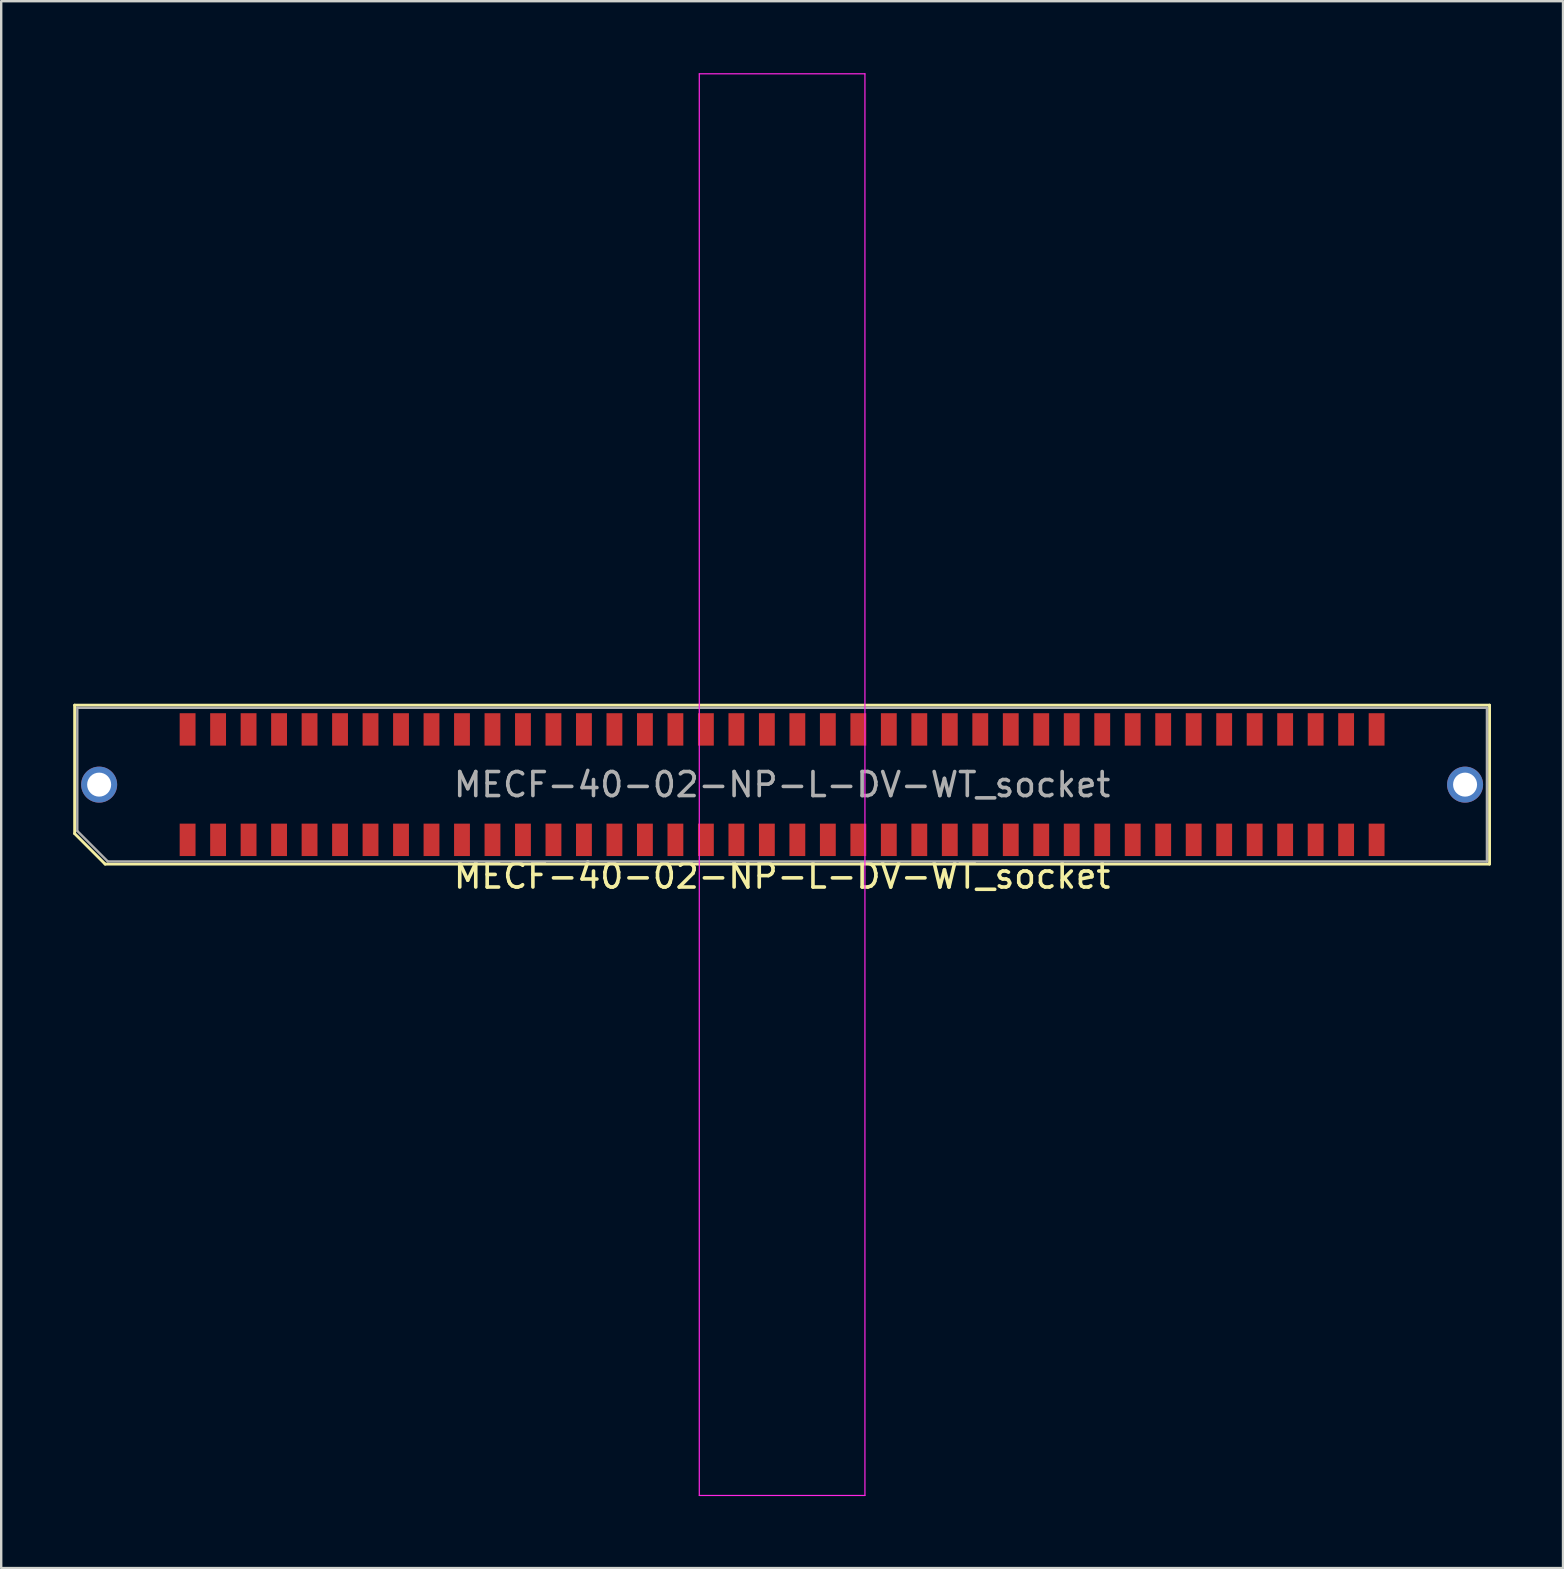
<source format=kicad_pcb>
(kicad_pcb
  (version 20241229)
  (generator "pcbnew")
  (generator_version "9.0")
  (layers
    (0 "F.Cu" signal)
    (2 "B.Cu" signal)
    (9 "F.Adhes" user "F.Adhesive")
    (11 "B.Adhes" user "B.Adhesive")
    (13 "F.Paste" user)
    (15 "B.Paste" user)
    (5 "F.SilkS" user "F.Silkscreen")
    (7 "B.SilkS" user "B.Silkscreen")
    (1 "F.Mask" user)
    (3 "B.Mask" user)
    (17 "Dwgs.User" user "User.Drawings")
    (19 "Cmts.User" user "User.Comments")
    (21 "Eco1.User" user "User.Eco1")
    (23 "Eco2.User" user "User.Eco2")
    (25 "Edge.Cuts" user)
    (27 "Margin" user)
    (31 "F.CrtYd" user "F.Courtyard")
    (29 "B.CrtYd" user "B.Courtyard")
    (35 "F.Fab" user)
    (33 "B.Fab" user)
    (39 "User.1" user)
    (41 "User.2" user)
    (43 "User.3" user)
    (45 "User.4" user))
  (footprint "MECF-40-02-NP-L-DV-WT_socket"
    (layer "F.Cu")
    (at 29.53 29.635)
    (property "Reference" "MECF-40-02-NP-L-DV-WT_socket" (at 0 3.81 0) (layer "F.SilkS") (effects (font (size 1 1) (thickness 0.15))))
    (attr smd)
    (fp_line (start -29.47 -3.31) (end 29.47 -3.31) (stroke (width 0.12) (type solid)) (layer "F.SilkS"))
    (fp_line (start -29.47 2.04) (end -29.47 -3.31) (stroke (width 0.12) (type solid)) (layer "F.SilkS"))
    (fp_line (start -28.2 3.31) (end -29.47 2.04) (stroke (width 0.12) (type solid)) (layer "F.SilkS"))
    (fp_line (start -28.2 3.31) (end 29.47 3.31) (stroke (width 0.12) (type solid)) (layer "F.SilkS"))
    (fp_line (start 29.47 3.31) (end 29.47 -3.31) (stroke (width 0.12) (type solid)) (layer "F.SilkS"))
    (fp_line (start -3.45 -29.61) (end -3.45 29.61) (stroke (width 0.05) (type solid)) (layer "F.CrtYd"))
    (fp_line (start -3.45 29.61) (end 3.45 29.61) (stroke (width 0.05) (type solid)) (layer "F.CrtYd"))
    (fp_line (start 3.45 -29.61) (end -3.45 -29.61) (stroke (width 0.05) (type solid)) (layer "F.CrtYd"))
    (fp_line (start 3.45 29.61) (end 3.45 -29.61) (stroke (width 0.05) (type solid)) (layer "F.CrtYd"))
    (fp_line (start -29.36 -3.2) (end 29.36 -3.2) (stroke (width 0.1) (type solid)) (layer "F.Fab"))
    (fp_line (start -29.36 1.93) (end -29.36 -3.2) (stroke (width 0.1) (type solid)) (layer "F.Fab"))
    (fp_line (start -29.36 1.93) (end -28.09 3.2) (stroke (width 0.1) (type solid)) (layer "F.Fab"))
    (fp_line (start -28.09 3.2) (end 29.36 3.2) (stroke (width 0.1) (type solid)) (layer "F.Fab"))
    (fp_line (start 29.36 3.2) (end 29.36 -3.2) (stroke (width 0.1) (type solid)) (layer "F.Fab"))
    (fp_text user "${REFERENCE}" (at 0 0 0) (layer "F.Fab") (effects (font (size 1 1) (thickness 0.15))))
    (pad "" np_thru_hole circle (at -26.545 0) (size 0.001 0.001) (drill 1.45) (layers "*.Cu" "*.Mask"))
    (pad "" np_thru_hole circle (at 26.545 1) (size 0.001 0.001) (drill 1.45) (layers "*.Cu" "*.Mask"))
    (pad "1" smd rect (at -24.765 2.3) (size 0.66 1.35) (layers "F.Cu" "F.Mask" "F.Paste"))
    (pad "2" smd rect (at -24.765 -2.3) (size 0.66 1.35) (layers "F.Cu" "F.Mask" "F.Paste"))
    (pad "3" smd rect (at -23.495 2.3) (size 0.66 1.35) (layers "F.Cu" "F.Mask" "F.Paste"))
    (pad "4" smd rect (at -23.495 -2.3) (size 0.66 1.35) (layers "F.Cu" "F.Mask" "F.Paste"))
    (pad "5" smd rect (at -22.225 2.3) (size 0.66 1.35) (layers "F.Cu" "F.Mask" "F.Paste"))
    (pad "6" smd rect (at -22.225 -2.3) (size 0.66 1.35) (layers "F.Cu" "F.Mask" "F.Paste"))
    (pad "7" smd rect (at -20.955 2.3) (size 0.66 1.35) (layers "F.Cu" "F.Mask" "F.Paste"))
    (pad "8" smd rect (at -20.955 -2.3) (size 0.66 1.35) (layers "F.Cu" "F.Mask" "F.Paste"))
    (pad "9" smd rect (at -19.685 2.3) (size 0.66 1.35) (layers "F.Cu" "F.Mask" "F.Paste"))
    (pad "10" smd rect (at -19.685 -2.3) (size 0.66 1.35) (layers "F.Cu" "F.Mask" "F.Paste"))
    (pad "11" smd rect (at -18.415 2.3) (size 0.66 1.35) (layers "F.Cu" "F.Mask" "F.Paste"))
    (pad "12" smd rect (at -18.415 -2.3) (size 0.66 1.35) (layers "F.Cu" "F.Mask" "F.Paste"))
    (pad "13" smd rect (at -17.145 2.3) (size 0.66 1.35) (layers "F.Cu" "F.Mask" "F.Paste"))
    (pad "14" smd rect (at -17.145 -2.3) (size 0.66 1.35) (layers "F.Cu" "F.Mask" "F.Paste"))
    (pad "15" smd rect (at -15.875 2.3) (size 0.66 1.35) (layers "F.Cu" "F.Mask" "F.Paste"))
    (pad "16" smd rect (at -15.875 -2.3) (size 0.66 1.35) (layers "F.Cu" "F.Mask" "F.Paste"))
    (pad "17" smd rect (at -14.605 2.3) (size 0.66 1.35) (layers "F.Cu" "F.Mask" "F.Paste"))
    (pad "18" smd rect (at -14.605 -2.3) (size 0.66 1.35) (layers "F.Cu" "F.Mask" "F.Paste"))
    (pad "19" smd rect (at -13.335 2.3) (size 0.66 1.35) (layers "F.Cu" "F.Mask" "F.Paste"))
    (pad "20" smd rect (at -13.335 -2.3) (size 0.66 1.35) (layers "F.Cu" "F.Mask" "F.Paste"))
    (pad "21" smd rect (at -12.065 2.3) (size 0.66 1.35) (layers "F.Cu" "F.Mask" "F.Paste"))
    (pad "22" smd rect (at -12.065 -2.3) (size 0.66 1.35) (layers "F.Cu" "F.Mask" "F.Paste"))
    (pad "23" smd rect (at -10.795 2.3) (size 0.66 1.35) (layers "F.Cu" "F.Mask" "F.Paste"))
    (pad "24" smd rect (at -10.795 -2.3) (size 0.66 1.35) (layers "F.Cu" "F.Mask" "F.Paste"))
    (pad "25" smd rect (at -9.525 2.3) (size 0.66 1.35) (layers "F.Cu" "F.Mask" "F.Paste"))
    (pad "26" smd rect (at -9.525 -2.3) (size 0.66 1.35) (layers "F.Cu" "F.Mask" "F.Paste"))
    (pad "27" smd rect (at -8.255 2.3) (size 0.66 1.35) (layers "F.Cu" "F.Mask" "F.Paste"))
    (pad "28" smd rect (at -8.255 -2.3) (size 0.66 1.35) (layers "F.Cu" "F.Mask" "F.Paste"))
    (pad "29" smd rect (at -6.985 2.3) (size 0.66 1.35) (layers "F.Cu" "F.Mask" "F.Paste"))
    (pad "30" smd rect (at -6.985 -2.3) (size 0.66 1.35) (layers "F.Cu" "F.Mask" "F.Paste"))
    (pad "31" smd rect (at -5.715 2.3) (size 0.66 1.35) (layers "F.Cu" "F.Mask" "F.Paste"))
    (pad "32" smd rect (at -5.715 -2.3) (size 0.66 1.35) (layers "F.Cu" "F.Mask" "F.Paste"))
    (pad "33" smd rect (at -4.445 2.3) (size 0.66 1.35) (layers "F.Cu" "F.Mask" "F.Paste"))
    (pad "34" smd rect (at -4.445 -2.3) (size 0.66 1.35) (layers "F.Cu" "F.Mask" "F.Paste"))
    (pad "35" smd rect (at -3.175 2.3) (size 0.66 1.35) (layers "F.Cu" "F.Mask" "F.Paste"))
    (pad "36" smd rect (at -3.175 -2.3) (size 0.66 1.35) (layers "F.Cu" "F.Mask" "F.Paste"))
    (pad "37" smd rect (at -1.905 2.3) (size 0.66 1.35) (layers "F.Cu" "F.Mask" "F.Paste"))
    (pad "38" smd rect (at -1.905 -2.3) (size 0.66 1.35) (layers "F.Cu" "F.Mask" "F.Paste"))
    (pad "39" smd rect (at -0.635 2.3) (size 0.66 1.35) (layers "F.Cu" "F.Mask" "F.Paste"))
    (pad "40" smd rect (at -0.635 -2.3) (size 0.66 1.35) (layers "F.Cu" "F.Mask" "F.Paste"))
    (pad "41" smd rect (at 0.635 2.3) (size 0.66 1.35) (layers "F.Cu" "F.Mask" "F.Paste"))
    (pad "42" smd rect (at 0.635 -2.3) (size 0.66 1.35) (layers "F.Cu" "F.Mask" "F.Paste"))
    (pad "43" smd rect (at 1.905 2.3) (size 0.66 1.35) (layers "F.Cu" "F.Mask" "F.Paste"))
    (pad "44" smd rect (at 1.905 -2.3) (size 0.66 1.35) (layers "F.Cu" "F.Mask" "F.Paste"))
    (pad "45" smd rect (at 3.175 2.3) (size 0.66 1.35) (layers "F.Cu" "F.Mask" "F.Paste"))
    (pad "46" smd rect (at 3.175 -2.3) (size 0.66 1.35) (layers "F.Cu" "F.Mask" "F.Paste"))
    (pad "47" smd rect (at 4.445 2.3) (size 0.66 1.35) (layers "F.Cu" "F.Mask" "F.Paste"))
    (pad "48" smd rect (at 4.445 -2.3) (size 0.66 1.35) (layers "F.Cu" "F.Mask" "F.Paste"))
    (pad "49" smd rect (at 5.715 2.3) (size 0.66 1.35) (layers "F.Cu" "F.Mask" "F.Paste"))
    (pad "50" smd rect (at 5.715 -2.3) (size 0.66 1.35) (layers "F.Cu" "F.Mask" "F.Paste"))
    (pad "51" smd rect (at 6.985 2.3) (size 0.66 1.35) (layers "F.Cu" "F.Mask" "F.Paste"))
    (pad "52" smd rect (at 6.985 -2.3) (size 0.66 1.35) (layers "F.Cu" "F.Mask" "F.Paste"))
    (pad "53" smd rect (at 8.255 2.3) (size 0.66 1.35) (layers "F.Cu" "F.Mask" "F.Paste"))
    (pad "54" smd rect (at 8.255 -2.3) (size 0.66 1.35) (layers "F.Cu" "F.Mask" "F.Paste"))
    (pad "55" smd rect (at 9.525 2.3) (size 0.66 1.35) (layers "F.Cu" "F.Mask" "F.Paste"))
    (pad "56" smd rect (at 9.525 -2.3) (size 0.66 1.35) (layers "F.Cu" "F.Mask" "F.Paste"))
    (pad "57" smd rect (at 10.795 2.3) (size 0.66 1.35) (layers "F.Cu" "F.Mask" "F.Paste"))
    (pad "58" smd rect (at 10.795 -2.3) (size 0.66 1.35) (layers "F.Cu" "F.Mask" "F.Paste"))
    (pad "59" smd rect (at 12.065 2.3) (size 0.66 1.35) (layers "F.Cu" "F.Mask" "F.Paste"))
    (pad "60" smd rect (at 12.065 -2.3) (size 0.66 1.35) (layers "F.Cu" "F.Mask" "F.Paste"))
    (pad "61" smd rect (at 13.335 2.3) (size 0.66 1.35) (layers "F.Cu" "F.Mask" "F.Paste"))
    (pad "62" smd rect (at 13.335 -2.3) (size 0.66 1.35) (layers "F.Cu" "F.Mask" "F.Paste"))
    (pad "63" smd rect (at 14.605 2.3) (size 0.66 1.35) (layers "F.Cu" "F.Mask" "F.Paste"))
    (pad "64" smd rect (at 14.605 -2.3) (size 0.66 1.35) (layers "F.Cu" "F.Mask" "F.Paste"))
    (pad "65" smd rect (at 15.875 2.3) (size 0.66 1.35) (layers "F.Cu" "F.Mask" "F.Paste"))
    (pad "66" smd rect (at 15.875 -2.3) (size 0.66 1.35) (layers "F.Cu" "F.Mask" "F.Paste"))
    (pad "67" smd rect (at 17.145 2.3) (size 0.66 1.35) (layers "F.Cu" "F.Mask" "F.Paste"))
    (pad "68" smd rect (at 17.145 -2.3) (size 0.66 1.35) (layers "F.Cu" "F.Mask" "F.Paste"))
    (pad "69" smd rect (at 18.415 2.3) (size 0.66 1.35) (layers "F.Cu" "F.Mask" "F.Paste"))
    (pad "70" smd rect (at 18.415 -2.3) (size 0.66 1.35) (layers "F.Cu" "F.Mask" "F.Paste"))
    (pad "71" smd rect (at 19.685 2.3) (size 0.66 1.35) (layers "F.Cu" "F.Mask" "F.Paste"))
    (pad "72" smd rect (at 19.685 -2.3) (size 0.66 1.35) (layers "F.Cu" "F.Mask" "F.Paste"))
    (pad "73" smd rect (at 20.955 2.3) (size 0.66 1.35) (layers "F.Cu" "F.Mask" "F.Paste"))
    (pad "74" smd rect (at 20.955 -2.3) (size 0.66 1.35) (layers "F.Cu" "F.Mask" "F.Paste"))
    (pad "75" smd rect (at 22.225 2.3) (size 0.66 1.35) (layers "F.Cu" "F.Mask" "F.Paste"))
    (pad "76" smd rect (at 22.225 -2.3) (size 0.66 1.35) (layers "F.Cu" "F.Mask" "F.Paste"))
    (pad "77" smd rect (at 23.495 2.3) (size 0.66 1.35) (layers "F.Cu" "F.Mask" "F.Paste"))
    (pad "78" smd rect (at 23.495 -2.3) (size 0.66 1.35) (layers "F.Cu" "F.Mask" "F.Paste"))
    (pad "79" smd rect (at 24.765 2.3) (size 0.66 1.35) (layers "F.Cu" "F.Mask" "F.Paste"))
    (pad "80" smd rect (at 24.765 -2.3) (size 0.66 1.35) (layers "F.Cu" "F.Mask" "F.Paste"))
    (pad "None" thru_hole circle (at -28.45 0) (size 1.5 1.5) (drill 1) (layers "*.Cu" "*.Mask"))
    (pad "None" thru_hole circle (at 28.45 0) (size 1.5 1.5) (drill 1) (layers "*.Cu" "*.Mask")))
  (gr_rect
    (start -3 -3)
    (end 62.06 62.27)
    (stroke (width 0.1) (type default))
    (fill no)
    (layer "Edge.Cuts")))
</source>
